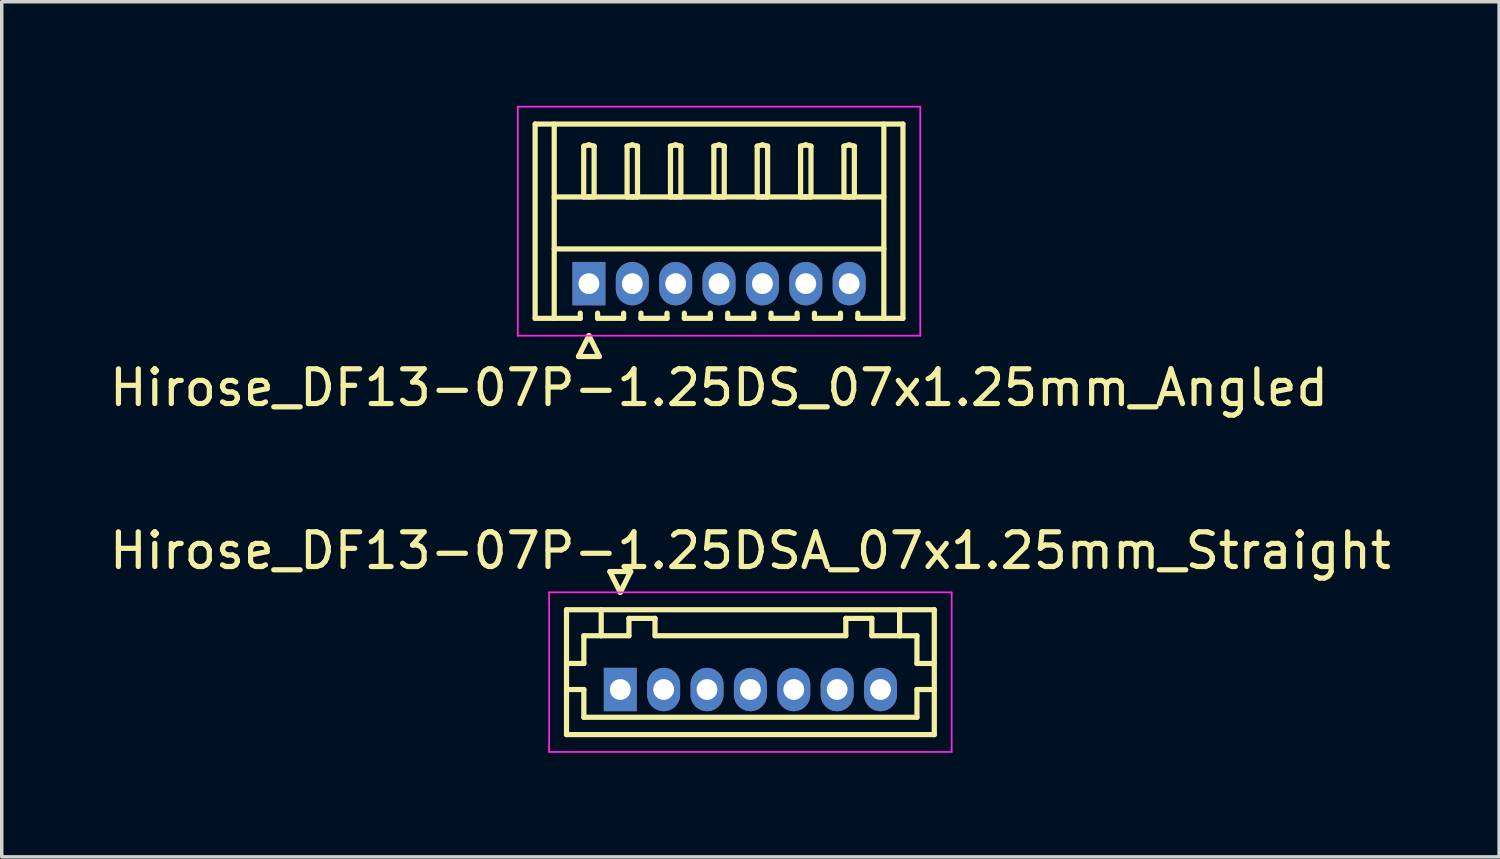
<source format=kicad_pcb>
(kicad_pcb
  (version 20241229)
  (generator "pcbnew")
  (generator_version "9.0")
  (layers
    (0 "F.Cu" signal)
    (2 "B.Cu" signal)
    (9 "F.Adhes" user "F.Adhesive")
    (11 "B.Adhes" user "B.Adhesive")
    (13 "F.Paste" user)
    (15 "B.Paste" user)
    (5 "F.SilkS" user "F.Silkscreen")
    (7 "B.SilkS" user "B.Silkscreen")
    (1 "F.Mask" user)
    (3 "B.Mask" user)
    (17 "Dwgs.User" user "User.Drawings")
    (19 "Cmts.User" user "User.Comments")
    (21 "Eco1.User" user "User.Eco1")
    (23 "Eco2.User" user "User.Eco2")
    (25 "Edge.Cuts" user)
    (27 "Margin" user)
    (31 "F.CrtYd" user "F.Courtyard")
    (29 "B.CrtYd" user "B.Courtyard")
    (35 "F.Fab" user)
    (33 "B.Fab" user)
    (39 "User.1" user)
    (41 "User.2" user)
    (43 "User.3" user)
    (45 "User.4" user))
  (footprint "Hirose_DF13-07P-1.25DS_07x1.25mm_Angled"
    (layer "F.Cu")
    (at 13.923 5.125)
    (property "Reference" "Hirose_DF13-07P-1.25DS_07x1.25mm_Angled" (at 3.75 3 0) (layer "F.SilkS") (effects (font (size 1 1) (thickness 0.15))))
    (attr through_hole)
    (fp_line (start -1.55 -4.6) (end 9.05 -4.6) (stroke (width 0.15) (type solid)) (layer "F.SilkS"))
    (fp_line (start -1.55 1) (end -1.55 -4.6) (stroke (width 0.15) (type solid)) (layer "F.SilkS"))
    (fp_line (start -1 -4.6) (end -1 1) (stroke (width 0.15) (type solid)) (layer "F.SilkS"))
    (fp_line (start -1 -2.5) (end 8.5 -2.5) (stroke (width 0.15) (type solid)) (layer "F.SilkS"))
    (fp_line (start -1 -1) (end 8.5 -1) (stroke (width 0.15) (type solid)) (layer "F.SilkS"))
    (fp_line (start -0.3 2.1) (end 0.3 2.1) (stroke (width 0.15) (type solid)) (layer "F.SilkS"))
    (fp_line (start -0.25 0.85) (end -0.25 1) (stroke (width 0.15) (type solid)) (layer "F.SilkS"))
    (fp_line (start -0.25 1) (end -1.55 1) (stroke (width 0.15) (type solid)) (layer "F.SilkS"))
    (fp_line (start -0.15 -3.962) (end 0 -4) (stroke (width 0.15) (type solid)) (layer "F.SilkS"))
    (fp_line (start -0.15 -2.5) (end -0.15 -3.962) (stroke (width 0.15) (type solid)) (layer "F.SilkS"))
    (fp_line (start 0 -4) (end 0.15 -3.962) (stroke (width 0.15) (type solid)) (layer "F.SilkS"))
    (fp_line (start 0 -2.5) (end -0.15 -2.5) (stroke (width 0.15) (type solid)) (layer "F.SilkS"))
    (fp_line (start 0 1.5) (end -0.3 2.1) (stroke (width 0.15) (type solid)) (layer "F.SilkS"))
    (fp_line (start 0.15 -3.962) (end 0.15 -2.5) (stroke (width 0.15) (type solid)) (layer "F.SilkS"))
    (fp_line (start 0.15 -2.5) (end 0 -2.5) (stroke (width 0.15) (type solid)) (layer "F.SilkS"))
    (fp_line (start 0.25 0.85) (end 0.25 1) (stroke (width 0.15) (type solid)) (layer "F.SilkS"))
    (fp_line (start 0.25 1) (end 1 1) (stroke (width 0.15) (type solid)) (layer "F.SilkS"))
    (fp_line (start 0.3 2.1) (end 0 1.5) (stroke (width 0.15) (type solid)) (layer "F.SilkS"))
    (fp_line (start 1 1) (end 1 0.85) (stroke (width 0.15) (type solid)) (layer "F.SilkS"))
    (fp_line (start 1.1 -3.962) (end 1.25 -4) (stroke (width 0.15) (type solid)) (layer "F.SilkS"))
    (fp_line (start 1.1 -2.5) (end 1.1 -3.962) (stroke (width 0.15) (type solid)) (layer "F.SilkS"))
    (fp_line (start 1.25 -4) (end 1.4 -3.962) (stroke (width 0.15) (type solid)) (layer "F.SilkS"))
    (fp_line (start 1.25 -2.5) (end 1.1 -2.5) (stroke (width 0.15) (type solid)) (layer "F.SilkS"))
    (fp_line (start 1.4 -3.962) (end 1.4 -2.5) (stroke (width 0.15) (type solid)) (layer "F.SilkS"))
    (fp_line (start 1.4 -2.5) (end 1.25 -2.5) (stroke (width 0.15) (type solid)) (layer "F.SilkS"))
    (fp_line (start 1.5 0.85) (end 1.5 1) (stroke (width 0.15) (type solid)) (layer "F.SilkS"))
    (fp_line (start 1.5 1) (end 2.25 1) (stroke (width 0.15) (type solid)) (layer "F.SilkS"))
    (fp_line (start 2.25 1) (end 2.25 0.85) (stroke (width 0.15) (type solid)) (layer "F.SilkS"))
    (fp_line (start 2.35 -3.962) (end 2.5 -4) (stroke (width 0.15) (type solid)) (layer "F.SilkS"))
    (fp_line (start 2.35 -2.5) (end 2.35 -3.962) (stroke (width 0.15) (type solid)) (layer "F.SilkS"))
    (fp_line (start 2.5 -4) (end 2.65 -3.962) (stroke (width 0.15) (type solid)) (layer "F.SilkS"))
    (fp_line (start 2.5 -2.5) (end 2.35 -2.5) (stroke (width 0.15) (type solid)) (layer "F.SilkS"))
    (fp_line (start 2.65 -3.962) (end 2.65 -2.5) (stroke (width 0.15) (type solid)) (layer "F.SilkS"))
    (fp_line (start 2.65 -2.5) (end 2.5 -2.5) (stroke (width 0.15) (type solid)) (layer "F.SilkS"))
    (fp_line (start 2.75 0.85) (end 2.75 1) (stroke (width 0.15) (type solid)) (layer "F.SilkS"))
    (fp_line (start 2.75 1) (end 3.5 1) (stroke (width 0.15) (type solid)) (layer "F.SilkS"))
    (fp_line (start 3.5 1) (end 3.5 0.85) (stroke (width 0.15) (type solid)) (layer "F.SilkS"))
    (fp_line (start 3.6 -3.962) (end 3.75 -4) (stroke (width 0.15) (type solid)) (layer "F.SilkS"))
    (fp_line (start 3.6 -2.5) (end 3.6 -3.962) (stroke (width 0.15) (type solid)) (layer "F.SilkS"))
    (fp_line (start 3.75 -4) (end 3.9 -3.962) (stroke (width 0.15) (type solid)) (layer "F.SilkS"))
    (fp_line (start 3.75 -2.5) (end 3.6 -2.5) (stroke (width 0.15) (type solid)) (layer "F.SilkS"))
    (fp_line (start 3.9 -3.962) (end 3.9 -2.5) (stroke (width 0.15) (type solid)) (layer "F.SilkS"))
    (fp_line (start 3.9 -2.5) (end 3.75 -2.5) (stroke (width 0.15) (type solid)) (layer "F.SilkS"))
    (fp_line (start 4 0.85) (end 4 1) (stroke (width 0.15) (type solid)) (layer "F.SilkS"))
    (fp_line (start 4 1) (end 4.75 1) (stroke (width 0.15) (type solid)) (layer "F.SilkS"))
    (fp_line (start 4.75 1) (end 4.75 0.85) (stroke (width 0.15) (type solid)) (layer "F.SilkS"))
    (fp_line (start 4.85 -3.962) (end 5 -4) (stroke (width 0.15) (type solid)) (layer "F.SilkS"))
    (fp_line (start 4.85 -2.5) (end 4.85 -3.962) (stroke (width 0.15) (type solid)) (layer "F.SilkS"))
    (fp_line (start 5 -4) (end 5.15 -3.962) (stroke (width 0.15) (type solid)) (layer "F.SilkS"))
    (fp_line (start 5 -2.5) (end 4.85 -2.5) (stroke (width 0.15) (type solid)) (layer "F.SilkS"))
    (fp_line (start 5.15 -3.962) (end 5.15 -2.5) (stroke (width 0.15) (type solid)) (layer "F.SilkS"))
    (fp_line (start 5.15 -2.5) (end 5 -2.5) (stroke (width 0.15) (type solid)) (layer "F.SilkS"))
    (fp_line (start 5.25 0.85) (end 5.25 1) (stroke (width 0.15) (type solid)) (layer "F.SilkS"))
    (fp_line (start 5.25 1) (end 6 1) (stroke (width 0.15) (type solid)) (layer "F.SilkS"))
    (fp_line (start 6 1) (end 6 0.85) (stroke (width 0.15) (type solid)) (layer "F.SilkS"))
    (fp_line (start 6.1 -3.962) (end 6.25 -4) (stroke (width 0.15) (type solid)) (layer "F.SilkS"))
    (fp_line (start 6.1 -2.5) (end 6.1 -3.962) (stroke (width 0.15) (type solid)) (layer "F.SilkS"))
    (fp_line (start 6.25 -4) (end 6.4 -3.962) (stroke (width 0.15) (type solid)) (layer "F.SilkS"))
    (fp_line (start 6.25 -2.5) (end 6.1 -2.5) (stroke (width 0.15) (type solid)) (layer "F.SilkS"))
    (fp_line (start 6.4 -3.962) (end 6.4 -2.5) (stroke (width 0.15) (type solid)) (layer "F.SilkS"))
    (fp_line (start 6.4 -2.5) (end 6.25 -2.5) (stroke (width 0.15) (type solid)) (layer "F.SilkS"))
    (fp_line (start 6.5 0.85) (end 6.5 1) (stroke (width 0.15) (type solid)) (layer "F.SilkS"))
    (fp_line (start 6.5 1) (end 7.25 1) (stroke (width 0.15) (type solid)) (layer "F.SilkS"))
    (fp_line (start 7.25 1) (end 7.25 0.85) (stroke (width 0.15) (type solid)) (layer "F.SilkS"))
    (fp_line (start 7.35 -3.962) (end 7.5 -4) (stroke (width 0.15) (type solid)) (layer "F.SilkS"))
    (fp_line (start 7.35 -2.5) (end 7.35 -3.962) (stroke (width 0.15) (type solid)) (layer "F.SilkS"))
    (fp_line (start 7.5 -4) (end 7.65 -3.962) (stroke (width 0.15) (type solid)) (layer "F.SilkS"))
    (fp_line (start 7.5 -2.5) (end 7.35 -2.5) (stroke (width 0.15) (type solid)) (layer "F.SilkS"))
    (fp_line (start 7.65 -3.962) (end 7.65 -2.5) (stroke (width 0.15) (type solid)) (layer "F.SilkS"))
    (fp_line (start 7.65 -2.5) (end 7.5 -2.5) (stroke (width 0.15) (type solid)) (layer "F.SilkS"))
    (fp_line (start 7.75 1) (end 7.75 0.85) (stroke (width 0.15) (type solid)) (layer "F.SilkS"))
    (fp_line (start 8.5 -4.6) (end 8.5 1) (stroke (width 0.15) (type solid)) (layer "F.SilkS"))
    (fp_line (start 9.05 -4.6) (end 9.05 1) (stroke (width 0.15) (type solid)) (layer "F.SilkS"))
    (fp_line (start 9.05 1) (end 7.75 1) (stroke (width 0.15) (type solid)) (layer "F.SilkS"))
    (fp_line (start -2.05 -5.1) (end -2.05 1.5) (stroke (width 0.05) (type solid)) (layer "F.CrtYd"))
    (fp_line (start -2.05 1.5) (end 9.55 1.5) (stroke (width 0.05) (type solid)) (layer "F.CrtYd"))
    (fp_line (start 9.55 -5.1) (end -2.05 -5.1) (stroke (width 0.05) (type solid)) (layer "F.CrtYd"))
    (fp_line (start 9.55 1.5) (end 9.55 -5.1) (stroke (width 0.05) (type solid)) (layer "F.CrtYd"))
    (pad "1" thru_hole rect (at 0 0) (size 0.95 1.25) (drill 0.6) (layers "*.Cu" "*.Mask"))
    (pad "2" thru_hole oval (at 1.25 0) (size 0.95 1.25) (drill 0.6) (layers "*.Cu" "*.Mask"))
    (pad "3" thru_hole oval (at 2.5 0) (size 0.95 1.25) (drill 0.6) (layers "*.Cu" "*.Mask"))
    (pad "4" thru_hole oval (at 3.75 0) (size 0.95 1.25) (drill 0.6) (layers "*.Cu" "*.Mask"))
    (pad "5" thru_hole oval (at 5 0) (size 0.95 1.25) (drill 0.6) (layers "*.Cu" "*.Mask"))
    (pad "6" thru_hole oval (at 6.25 0) (size 0.95 1.25) (drill 0.6) (layers "*.Cu" "*.Mask"))
    (pad "7" thru_hole oval (at 7.5 0) (size 0.95 1.25) (drill 0.6) (layers "*.Cu" "*.Mask")))
  (footprint "Hirose_DF13-07P-1.25DSA_07x1.25mm_Straight"
    (layer "F.Cu")
    (at 14.827 16.822)
    (property "Reference" "Hirose_DF13-07P-1.25DSA_07x1.25mm_Straight" (at 3.75 -4 0) (layer "F.SilkS") (effects (font (size 1 1) (thickness 0.15))))
    (attr through_hole)
    (fp_line (start -1.55 -2.3) (end -1.55 1.3) (stroke (width 0.15) (type solid)) (layer "F.SilkS"))
    (fp_line (start -1.55 -0.75) (end -1.05 -0.75) (stroke (width 0.15) (type solid)) (layer "F.SilkS"))
    (fp_line (start -1.55 0) (end -1.05 0) (stroke (width 0.15) (type solid)) (layer "F.SilkS"))
    (fp_line (start -1.55 1.3) (end 9.05 1.3) (stroke (width 0.15) (type solid)) (layer "F.SilkS"))
    (fp_line (start -1.05 -1.55) (end -0.55 -1.55) (stroke (width 0.15) (type solid)) (layer "F.SilkS"))
    (fp_line (start -1.05 -0.75) (end -1.05 -1.55) (stroke (width 0.15) (type solid)) (layer "F.SilkS"))
    (fp_line (start -1.05 0) (end -1.05 0.8) (stroke (width 0.15) (type solid)) (layer "F.SilkS"))
    (fp_line (start -1.05 0.8) (end 8.55 0.8) (stroke (width 0.15) (type solid)) (layer "F.SilkS"))
    (fp_line (start -0.55 -1.55) (end -0.55 -2.3) (stroke (width 0.15) (type solid)) (layer "F.SilkS"))
    (fp_line (start -0.55 -1.55) (end 0.25 -1.55) (stroke (width 0.15) (type solid)) (layer "F.SilkS"))
    (fp_line (start -0.3 -3.4) (end 0.3 -3.4) (stroke (width 0.15) (type solid)) (layer "F.SilkS"))
    (fp_line (start 0 -2.8) (end -0.3 -3.4) (stroke (width 0.15) (type solid)) (layer "F.SilkS"))
    (fp_line (start 0.25 -2.05) (end 1 -2.05) (stroke (width 0.15) (type solid)) (layer "F.SilkS"))
    (fp_line (start 0.25 -1.55) (end 0.25 -2.05) (stroke (width 0.15) (type solid)) (layer "F.SilkS"))
    (fp_line (start 0.3 -3.4) (end 0 -2.8) (stroke (width 0.15) (type solid)) (layer "F.SilkS"))
    (fp_line (start 1 -2.05) (end 1 -1.55) (stroke (width 0.15) (type solid)) (layer "F.SilkS"))
    (fp_line (start 1 -1.55) (end 6.5 -1.55) (stroke (width 0.15) (type solid)) (layer "F.SilkS"))
    (fp_line (start 6.5 -2.05) (end 7.25 -2.05) (stroke (width 0.15) (type solid)) (layer "F.SilkS"))
    (fp_line (start 6.5 -1.55) (end 6.5 -2.05) (stroke (width 0.15) (type solid)) (layer "F.SilkS"))
    (fp_line (start 7.25 -2.05) (end 7.25 -1.55) (stroke (width 0.15) (type solid)) (layer "F.SilkS"))
    (fp_line (start 7.25 -1.55) (end 8.05 -1.55) (stroke (width 0.15) (type solid)) (layer "F.SilkS"))
    (fp_line (start 8.05 -1.55) (end 8.05 -2.3) (stroke (width 0.15) (type solid)) (layer "F.SilkS"))
    (fp_line (start 8.55 -1.55) (end 8.05 -1.55) (stroke (width 0.15) (type solid)) (layer "F.SilkS"))
    (fp_line (start 8.55 -0.75) (end 8.55 -1.55) (stroke (width 0.15) (type solid)) (layer "F.SilkS"))
    (fp_line (start 8.55 0) (end 9.05 0) (stroke (width 0.15) (type solid)) (layer "F.SilkS"))
    (fp_line (start 8.55 0.8) (end 8.55 0) (stroke (width 0.15) (type solid)) (layer "F.SilkS"))
    (fp_line (start 9.05 -2.3) (end -1.55 -2.3) (stroke (width 0.15) (type solid)) (layer "F.SilkS"))
    (fp_line (start 9.05 -0.75) (end 8.55 -0.75) (stroke (width 0.15) (type solid)) (layer "F.SilkS"))
    (fp_line (start 9.05 1.3) (end 9.05 -2.3) (stroke (width 0.15) (type solid)) (layer "F.SilkS"))
    (fp_line (start -2.05 -2.8) (end -2.05 1.8) (stroke (width 0.05) (type solid)) (layer "F.CrtYd"))
    (fp_line (start -2.05 1.8) (end 9.55 1.8) (stroke (width 0.05) (type solid)) (layer "F.CrtYd"))
    (fp_line (start 9.55 -2.8) (end -2.05 -2.8) (stroke (width 0.05) (type solid)) (layer "F.CrtYd"))
    (fp_line (start 9.55 1.8) (end 9.55 -2.8) (stroke (width 0.05) (type solid)) (layer "F.CrtYd"))
    (pad "1" thru_hole rect (at 0 0) (size 0.95 1.25) (drill 0.6) (layers "*.Cu" "*.Mask"))
    (pad "2" thru_hole oval (at 1.25 0) (size 0.95 1.25) (drill 0.6) (layers "*.Cu" "*.Mask"))
    (pad "3" thru_hole oval (at 2.5 0) (size 0.95 1.25) (drill 0.6) (layers "*.Cu" "*.Mask"))
    (pad "4" thru_hole oval (at 3.75 0) (size 0.95 1.25) (drill 0.6) (layers "*.Cu" "*.Mask"))
    (pad "5" thru_hole oval (at 5 0) (size 0.95 1.25) (drill 0.6) (layers "*.Cu" "*.Mask"))
    (pad "6" thru_hole oval (at 6.25 0) (size 0.95 1.25) (drill 0.6) (layers "*.Cu" "*.Mask"))
    (pad "7" thru_hole oval (at 7.5 0) (size 0.95 1.25) (drill 0.6) (layers "*.Cu" "*.Mask")))
  (gr_rect
    (start -3 -3)
    (end 40.155 21.646)
    (stroke (width 0.1) (type default))
    (fill no)
    (layer "Edge.Cuts")))
</source>
